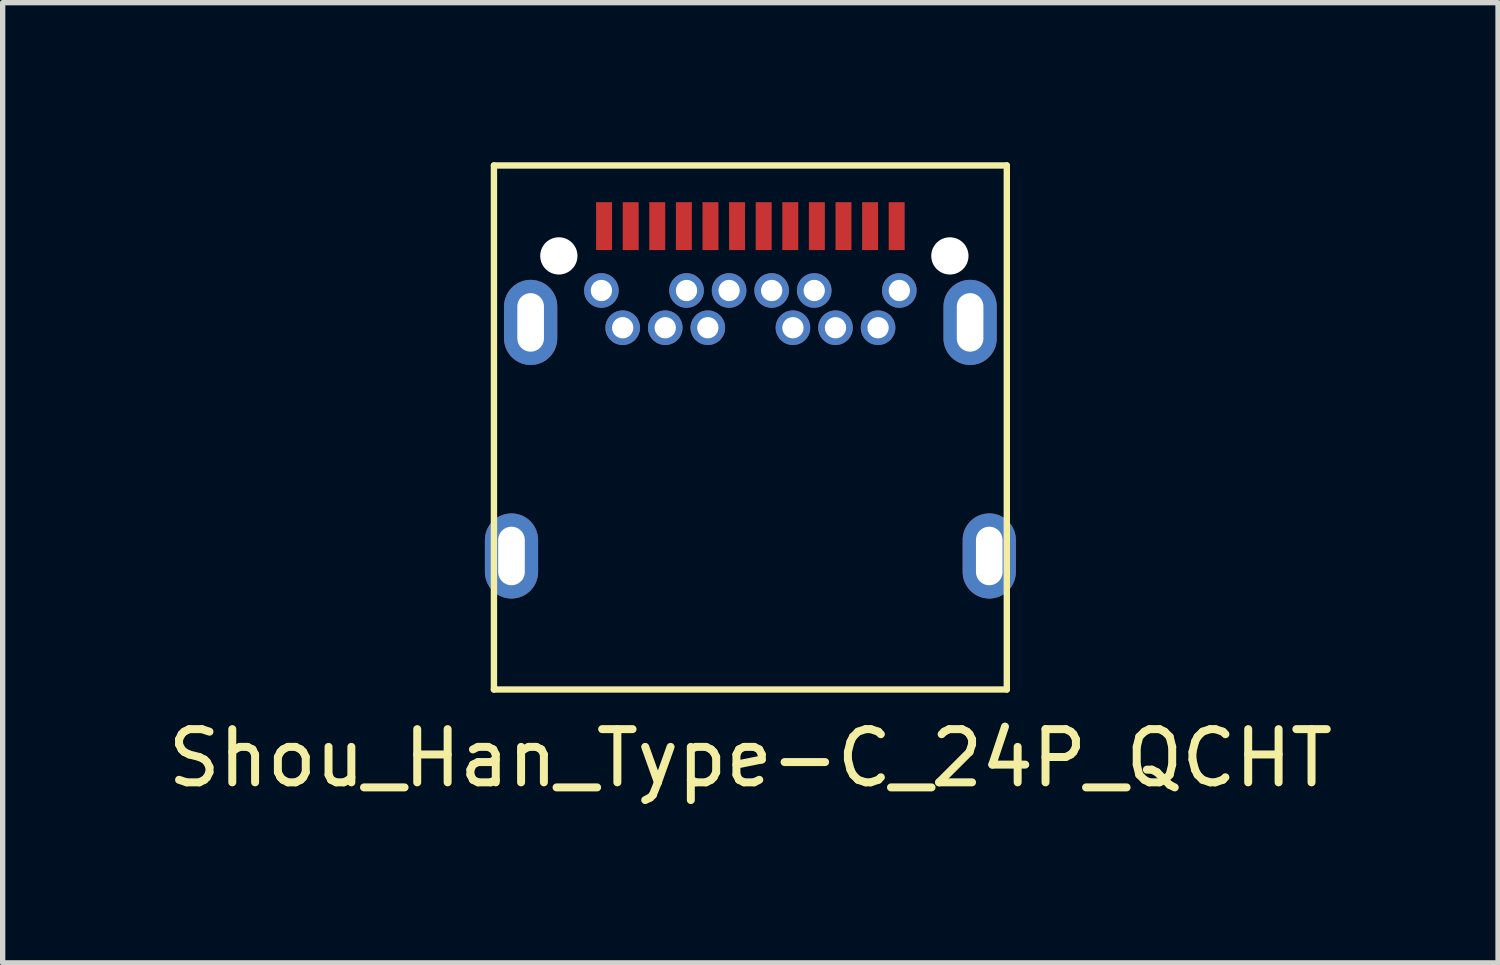
<source format=kicad_pcb>
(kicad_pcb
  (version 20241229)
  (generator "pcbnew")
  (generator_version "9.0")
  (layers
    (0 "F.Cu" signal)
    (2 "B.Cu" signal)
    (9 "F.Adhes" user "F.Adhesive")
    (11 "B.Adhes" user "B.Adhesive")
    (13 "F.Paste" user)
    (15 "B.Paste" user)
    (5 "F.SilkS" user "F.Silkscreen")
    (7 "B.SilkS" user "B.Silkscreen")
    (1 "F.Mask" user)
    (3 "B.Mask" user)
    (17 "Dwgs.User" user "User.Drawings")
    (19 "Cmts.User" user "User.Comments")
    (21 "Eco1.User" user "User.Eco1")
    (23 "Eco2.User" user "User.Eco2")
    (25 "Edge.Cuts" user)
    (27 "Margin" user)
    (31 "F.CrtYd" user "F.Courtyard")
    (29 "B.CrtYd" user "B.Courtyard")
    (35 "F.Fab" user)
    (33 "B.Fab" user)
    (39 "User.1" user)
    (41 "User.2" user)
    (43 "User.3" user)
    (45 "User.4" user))
  (footprint "Shou_Han_Type-C_24P_QCHT"
    (layer "F.Cu")
    (at 11.054 9.26)
    (property "Reference" "Shou_Han_Type-C_24P_QCHT" (at 0 1.94 0) (layer "F.SilkS") (effects (font (size 1 1) (thickness 0.15))))
    (attr through_hole)
    (fp_line (start -4.82 -9.2) (end -4.82 0.65) (stroke (width 0.12) (type solid)) (layer "F.SilkS"))
    (fp_line (start -4.82 0.65) (end 4.82 0.65) (stroke (width 0.12) (type solid)) (layer "F.SilkS"))
    (fp_line (start 4.82 -9.2) (end -4.82 -9.2) (stroke (width 0.12) (type solid)) (layer "F.SilkS"))
    (fp_line (start 4.82 0.65) (end 4.82 -9.2) (stroke (width 0.12) (type solid)) (layer "F.SilkS"))
    (pad "" np_thru_hole circle (at -3.6 -7.5) (size 0.7 0.7) (drill 0.7) (layers "*.Cu" "*.Mask"))
    (pad "" np_thru_hole circle (at 3.75 -7.5) (size 0.7 0.7) (drill 0.7) (layers "*.Cu" "*.Mask"))
    (pad "A1" smd rect (at -2.75 -8.06) (size 0.3 0.9) (layers "F.Cu" "F.Mask" "F.Paste"))
    (pad "A2" smd rect (at -2.25 -8.06) (size 0.3 0.9) (layers "F.Cu" "F.Mask" "F.Paste"))
    (pad "A3" smd rect (at -1.75 -8.06) (size 0.3 0.9) (layers "F.Cu" "F.Mask" "F.Paste"))
    (pad "A4" smd rect (at -1.25 -8.06) (size 0.3 0.9) (layers "F.Cu" "F.Mask" "F.Paste"))
    (pad "A5" smd rect (at -0.75 -8.06) (size 0.3 0.9) (layers "F.Cu" "F.Mask" "F.Paste"))
    (pad "A6" smd rect (at -0.25 -8.06) (size 0.3 0.9) (layers "F.Cu" "F.Mask" "F.Paste"))
    (pad "A7" smd rect (at 0.25 -8.06) (size 0.3 0.9) (layers "F.Cu" "F.Mask" "F.Paste"))
    (pad "A8" smd rect (at 0.75 -8.06) (size 0.3 0.9) (layers "F.Cu" "F.Mask" "F.Paste"))
    (pad "A9" smd rect (at 1.25 -8.06) (size 0.3 0.9) (layers "F.Cu" "F.Mask" "F.Paste"))
    (pad "A10" smd rect (at 1.75 -8.06) (size 0.3 0.9) (layers "F.Cu" "F.Mask" "F.Paste"))
    (pad "A11" smd rect (at 2.25 -8.06) (size 0.3 0.9) (layers "F.Cu" "F.Mask" "F.Paste"))
    (pad "A12" smd rect (at 2.75 -8.06) (size 0.3 0.9) (layers "F.Cu" "F.Mask" "F.Paste"))
    (pad "B1" thru_hole circle (at 2.8 -6.85) (size 0.65 0.65) (drill 0.4) (layers "*.Cu" "*.Mask"))
    (pad "B2" thru_hole circle (at 2.4 -6.15) (size 0.65 0.65) (drill 0.4) (layers "*.Cu" "*.Mask"))
    (pad "B3" thru_hole circle (at 1.6 -6.15) (size 0.65 0.65) (drill 0.4) (layers "*.Cu" "*.Mask"))
    (pad "B4" thru_hole circle (at 1.2 -6.85) (size 0.65 0.65) (drill 0.4) (layers "*.Cu" "*.Mask"))
    (pad "B5" thru_hole circle (at 0.8 -6.15) (size 0.65 0.65) (drill 0.4) (layers "*.Cu" "*.Mask"))
    (pad "B6" thru_hole circle (at 0.4 -6.85) (size 0.65 0.65) (drill 0.4) (layers "*.Cu" "*.Mask"))
    (pad "B7" thru_hole circle (at -0.4 -6.85) (size 0.65 0.65) (drill 0.4) (layers "*.Cu" "*.Mask"))
    (pad "B8" thru_hole circle (at -0.8 -6.15) (size 0.65 0.65) (drill 0.4) (layers "*.Cu" "*.Mask"))
    (pad "B9" thru_hole circle (at -1.2 -6.85) (size 0.65 0.65) (drill 0.4) (layers "*.Cu" "*.Mask"))
    (pad "B10" thru_hole circle (at -1.6 -6.15) (size 0.65 0.65) (drill 0.4) (layers "*.Cu" "*.Mask"))
    (pad "B11" thru_hole circle (at -2.4 -6.15) (size 0.65 0.65) (drill 0.4) (layers "*.Cu" "*.Mask"))
    (pad "B12" thru_hole circle (at -2.8 -6.85) (size 0.65 0.65) (drill 0.4) (layers "*.Cu" "*.Mask"))
    (pad "S1" thru_hole oval (at -4.49 -1.86) (size 1 1.6) (drill oval 0.5 1.1) (layers "*.Cu" "*.Mask"))
    (pad "S1" thru_hole oval (at -4.13 -6.25) (size 1 1.6) (drill oval 0.5 1.1) (layers "*.Cu" "*.Mask"))
    (pad "S1" thru_hole oval (at 4.13 -6.25) (size 1 1.6) (drill oval 0.5 1.1) (layers "*.Cu" "*.Mask"))
    (pad "S1" thru_hole oval (at 4.49 -1.86) (size 1 1.6) (drill oval 0.5 1.1) (layers "*.Cu" "*.Mask")))
  (gr_rect
    (start -3 -3)
    (end 25.107 15.048)
    (stroke (width 0.1) (type default))
    (fill no)
    (layer "Edge.Cuts")))
</source>
